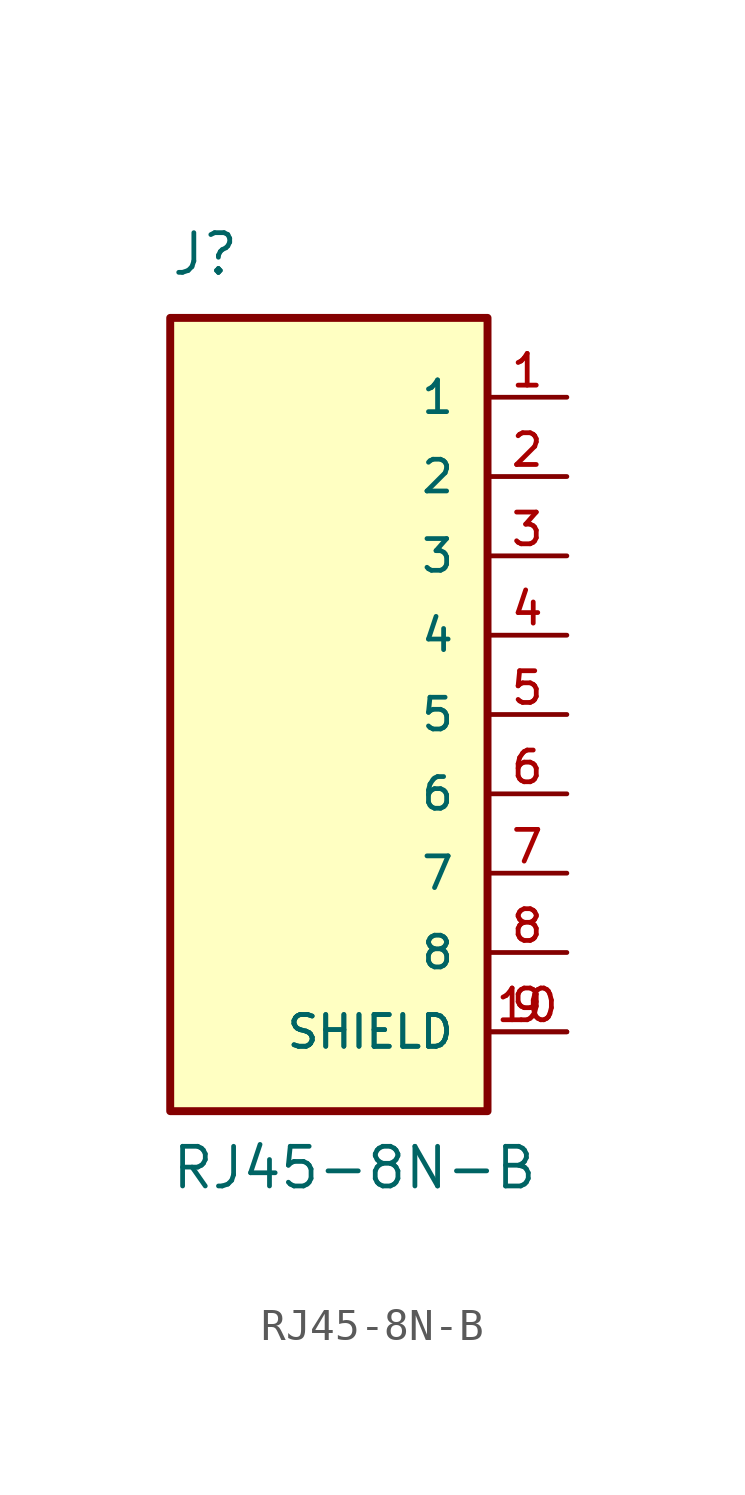
<source format=kicad_sym>
(kicad_symbol_lib
  (version 20211014)
  (generator kicad_symbol_editor)
  (symbol "RJ45-8N-B"
    (pin_names
      (offset 1.016))
    (property "Reference" "J"
      (at -5.089 13.995 0)
      (effects (font (size 1.27 1.27)) (justify bottom left)))
    (property "Value" "RJ45-8N-B"
      (at -5.086 -15.259 0)
      (effects (font (size 1.27 1.27)) (justify bottom left)))
    (symbol "RJ45-8N-B_0_0"
      (rectangle (start -5.08 -12.7) (end 5.08 12.7) (stroke (width 0.254)) (fill (type background)))
      (pin passive line (at 7.62 10.16 180.0) (length 2.54) (name "1" (effects (font (size 1.016 1.016)))) (number "1" (effects (font (size 1.016 1.016)))))
      (pin passive line (at 7.62 7.62 180.0) (length 2.54) (name "2" (effects (font (size 1.016 1.016)))) (number "2" (effects (font (size 1.016 1.016)))))
      (pin passive line (at 7.62 5.08 180.0) (length 2.54) (name "3" (effects (font (size 1.016 1.016)))) (number "3" (effects (font (size 1.016 1.016)))))
      (pin passive line (at 7.62 2.54 180.0) (length 2.54) (name "4" (effects (font (size 1.016 1.016)))) (number "4" (effects (font (size 1.016 1.016)))))
      (pin passive line (at 7.62 0.0 180.0) (length 2.54) (name "5" (effects (font (size 1.016 1.016)))) (number "5" (effects (font (size 1.016 1.016)))))
      (pin passive line (at 7.62 -2.54 180.0) (length 2.54) (name "6" (effects (font (size 1.016 1.016)))) (number "6" (effects (font (size 1.016 1.016)))))
      (pin passive line (at 7.62 -5.08 180.0) (length 2.54) (name "7" (effects (font (size 1.016 1.016)))) (number "7" (effects (font (size 1.016 1.016)))))
      (pin passive line (at 7.62 -7.62 180.0) (length 2.54) (name "8" (effects (font (size 1.016 1.016)))) (number "8" (effects (font (size 1.016 1.016)))))
      (pin passive line (at 7.62 -10.16 180.0) (length 2.54) (name "SHIELD" (effects (font (size 1.016 1.016)))) (number "9" (effects (font (size 1.016 1.016)))))
      (pin passive line (at 7.62 -10.16 180.0) (length 2.54) (name "SHIELD" (effects (font (size 1.016 1.016)))) (number "10" (effects (font (size 1.016 1.016))))))))
</source>
